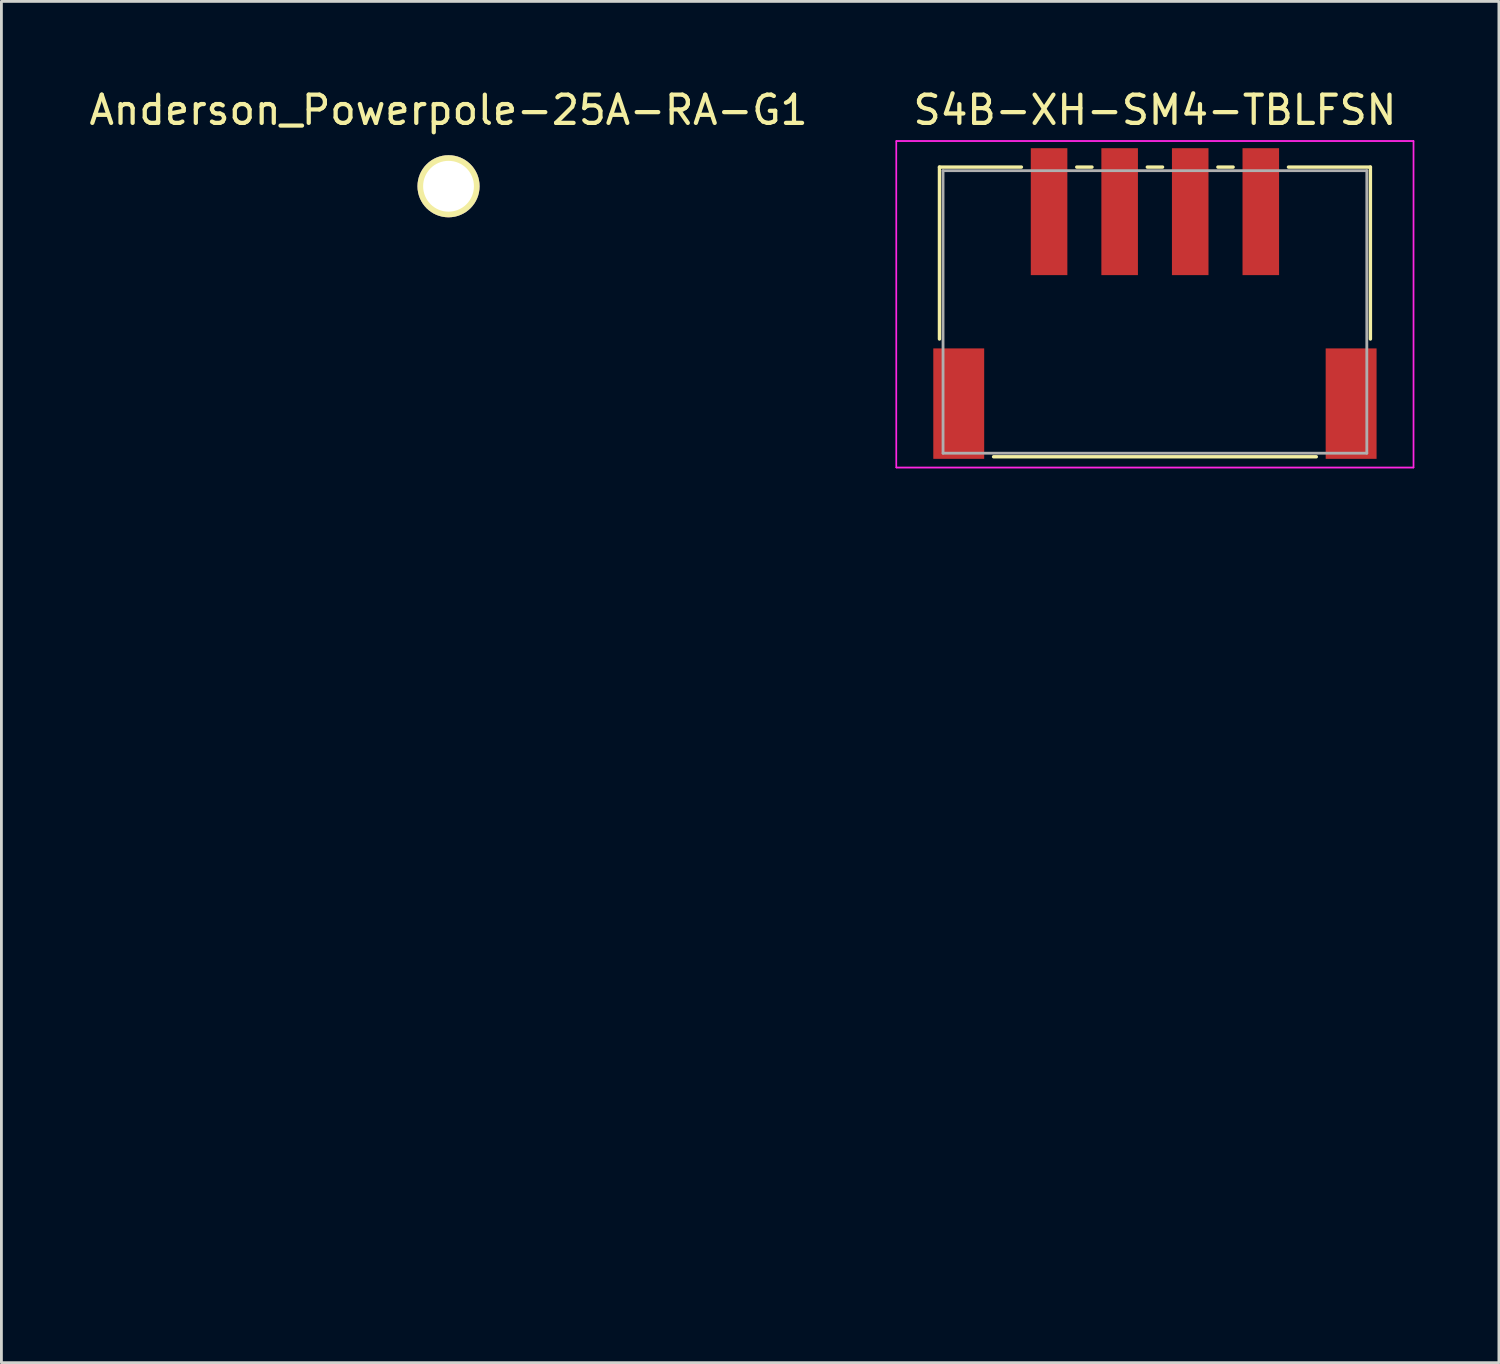
<source format=kicad_pcb>
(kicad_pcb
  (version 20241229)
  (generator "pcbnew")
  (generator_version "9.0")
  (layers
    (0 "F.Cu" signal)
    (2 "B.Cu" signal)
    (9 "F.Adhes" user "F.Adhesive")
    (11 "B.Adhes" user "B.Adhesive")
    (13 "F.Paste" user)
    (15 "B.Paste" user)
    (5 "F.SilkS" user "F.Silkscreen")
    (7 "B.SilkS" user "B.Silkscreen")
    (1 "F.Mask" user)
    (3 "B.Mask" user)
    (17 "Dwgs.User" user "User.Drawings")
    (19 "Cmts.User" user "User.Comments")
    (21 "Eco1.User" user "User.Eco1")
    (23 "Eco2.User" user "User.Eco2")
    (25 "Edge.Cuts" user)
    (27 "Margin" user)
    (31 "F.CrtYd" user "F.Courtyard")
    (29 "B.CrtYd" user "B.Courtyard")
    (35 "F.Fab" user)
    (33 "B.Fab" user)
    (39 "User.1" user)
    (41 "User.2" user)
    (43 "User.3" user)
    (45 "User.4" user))
  (footprint "S4B-XH-SM4-TBLFSN"
    (layer "F.Cu")
    (at 37.863 8)
    (property "Reference" "S4B-XH-SM4-TBLFSN" (at 0 -7.152 0) (layer "F.SilkS") (effects (font (size 1 1) (thickness 0.15))))
    (attr through_hole)
    (fp_line (start -7.633 -5.131) (end -7.633 0.959) (stroke (width 0.12) (type solid)) (layer "F.SilkS"))
    (fp_line (start -5.716 5.131) (end 5.716 5.131) (stroke (width 0.12) (type solid)) (layer "F.SilkS"))
    (fp_line (start -4.73 -5.131) (end -7.633 -5.131) (stroke (width 0.12) (type solid)) (layer "F.SilkS"))
    (fp_line (start -2.23 -5.131) (end -2.77 -5.131) (stroke (width 0.12) (type solid)) (layer "F.SilkS"))
    (fp_line (start 0.27 -5.131) (end -0.27 -5.131) (stroke (width 0.12) (type solid)) (layer "F.SilkS"))
    (fp_line (start 2.77 -5.131) (end 2.23 -5.131) (stroke (width 0.12) (type solid)) (layer "F.SilkS"))
    (fp_line (start 7.633 -5.131) (end 4.73 -5.131) (stroke (width 0.12) (type solid)) (layer "F.SilkS"))
    (fp_line (start 7.633 0.959) (end 7.633 -5.131) (stroke (width 0.12) (type solid)) (layer "F.SilkS"))
    (fp_line (start -9.16 -6.054) (end -9.16 5.512) (stroke (width 0.05) (type solid)) (layer "F.CrtYd"))
    (fp_line (start -9.16 -6.054) (end -9.16 5.512) (stroke (width 0.05) (type solid)) (layer "F.CrtYd"))
    (fp_line (start -9.16 5.512) (end 9.16 5.512) (stroke (width 0.05) (type solid)) (layer "F.CrtYd"))
    (fp_line (start -9.16 5.512) (end 9.16 5.512) (stroke (width 0.05) (type solid)) (layer "F.CrtYd"))
    (fp_line (start 9.16 -6.054) (end -9.16 -6.054) (stroke (width 0.05) (type solid)) (layer "F.CrtYd"))
    (fp_line (start 9.16 -6.054) (end -9.16 -6.054) (stroke (width 0.05) (type solid)) (layer "F.CrtYd"))
    (fp_line (start 9.16 5.512) (end 9.16 -6.054) (stroke (width 0.05) (type solid)) (layer "F.CrtYd"))
    (fp_line (start 9.16 5.512) (end 9.16 -6.054) (stroke (width 0.05) (type solid)) (layer "F.CrtYd"))
    (fp_line (start -7.506 -5.004) (end -7.506 5.004) (stroke (width 0.1) (type solid)) (layer "F.Fab"))
    (fp_line (start -7.506 5.004) (end 7.506 5.004) (stroke (width 0.1) (type solid)) (layer "F.Fab"))
    (fp_line (start 7.506 -5.004) (end -7.506 -5.004) (stroke (width 0.1) (type solid)) (layer "F.Fab"))
    (fp_line (start 7.506 5.004) (end 7.506 -5.004) (stroke (width 0.1) (type solid)) (layer "F.Fab"))
    (pad "1" smd rect (at -3.75 -3.552) (size 1.295 4.496) (layers "F.Cu" "F.Mask" "F.Paste"))
    (pad "2" smd rect (at -1.25 -3.552) (size 1.295 4.496) (layers "F.Cu" "F.Mask" "F.Paste"))
    (pad "3" smd rect (at 1.25 -3.552) (size 1.295 4.496) (layers "F.Cu" "F.Mask" "F.Paste"))
    (pad "4" smd rect (at 3.75 -3.552) (size 1.295 4.496) (layers "F.Cu" "F.Mask" "F.Paste"))
    (pad "5" smd rect (at -6.95 3.248 90) (size 3.912 1.803) (layers "F.Cu" "F.Mask" "F.Paste"))
    (pad "6" smd rect (at 6.95 3.248 90) (size 3.912 1.803) (layers "F.Cu" "F.Mask" "F.Paste")))
  (footprint "Anderson_Powerpole-25A-RA-G1"
    (layer "F.Cu")
    (at 12.839 3.548)
    (property "Reference" "Anderson_Powerpole-25A-RA-G1" (at 0 -2.7 0) (layer "F.SilkS") (effects (font (size 1 1) (thickness 0.15))))
    (attr through_hole)
    (fp_line (start 0 1.5) (end 0 37.1) (stroke (width 0.15) (type solid)) (layer "Eco1.User"))
    (fp_line (start 0.25 37.1) (end -0.25 37.1) (stroke (width 0.15) (type solid)) (layer "Eco1.User"))
    (fp_line (start -4.2 14) (end 4.2 14) (stroke (width 0.15) (type solid)) (layer "Eco2.User"))
    (fp_line (start -4.1 27.4) (end -4.2 14) (stroke (width 0.15) (type solid)) (layer "Eco2.User"))
    (fp_line (start -3.95 38.6) (end -4.1 30) (stroke (width 0.15) (type solid)) (layer "Eco2.User"))
    (fp_line (start 3.95 38.6) (end -3.95 38.6) (stroke (width 0.15) (type solid)) (layer "Eco2.User"))
    (fp_line (start 3.95 38.6) (end 4.1 30) (stroke (width 0.15) (type solid)) (layer "Eco2.User"))
    (fp_line (start 4.1 27.4) (end 4.2 14) (stroke (width 0.15) (type solid)) (layer "Eco2.User"))
    (fp_arc (start -4.1 27.4) (mid -3.180761 27.780761) (end -2.8 28.7) (stroke (width 0.15) (type solid)) (layer "Eco2.User"))
    (fp_arc (start -2.8 28.7) (mid -3.180761 29.619239) (end -4.1 30) (stroke (width 0.15) (type solid)) (layer "Eco2.User"))
    (fp_arc (start 2.8 28.7) (mid 3.180761 27.780761) (end 4.1 27.4) (stroke (width 0.15) (type solid)) (layer "Eco2.User"))
    (fp_arc (start 4.1 30) (mid 3.180761 29.619239) (end 2.8 28.7) (stroke (width 0.15) (type solid)) (layer "Eco2.User"))
    (pad "1" thru_hole circle (at 0 0) (size 2.2 2.2) (drill 1.8) (layers "*.Cu" "*.Mask" "F.SilkS")))
  (gr_rect
    (start -3 -3)
    (end 50.048 45.223)
    (stroke (width 0.1) (type default))
    (fill no)
    (layer "Edge.Cuts")))
</source>
